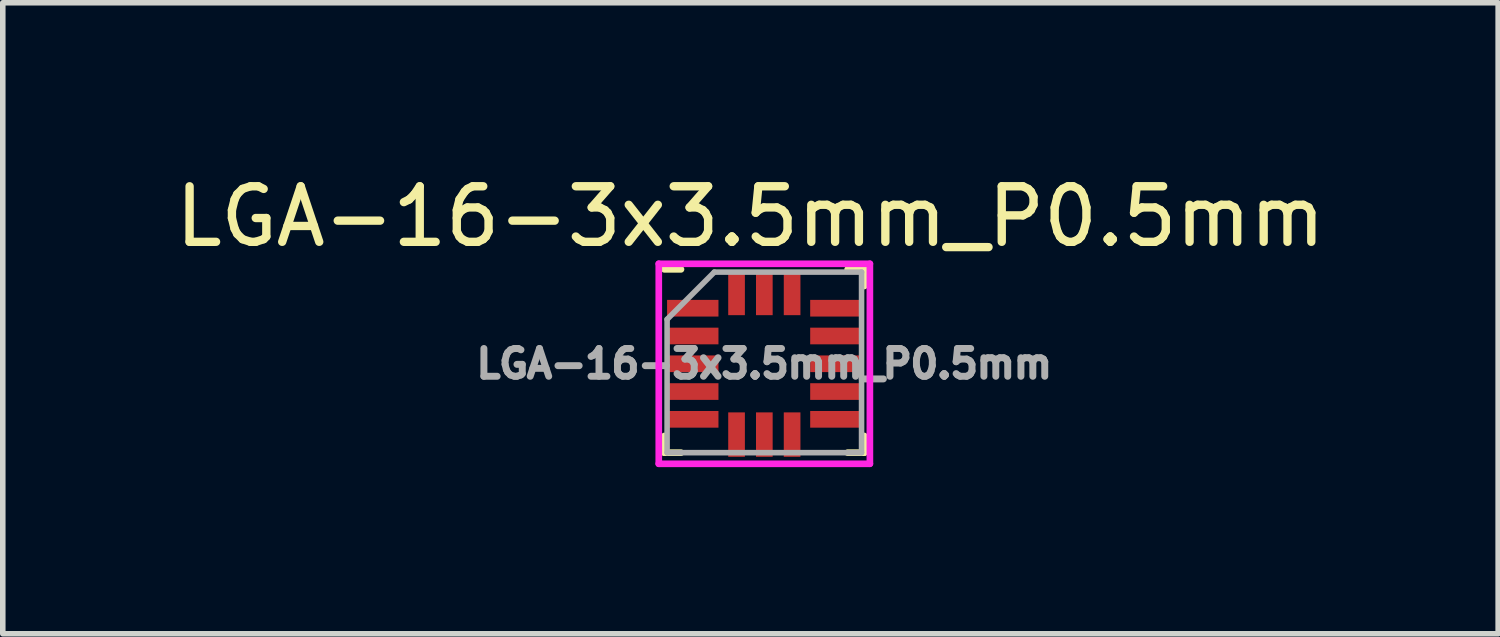
<source format=kicad_pcb>
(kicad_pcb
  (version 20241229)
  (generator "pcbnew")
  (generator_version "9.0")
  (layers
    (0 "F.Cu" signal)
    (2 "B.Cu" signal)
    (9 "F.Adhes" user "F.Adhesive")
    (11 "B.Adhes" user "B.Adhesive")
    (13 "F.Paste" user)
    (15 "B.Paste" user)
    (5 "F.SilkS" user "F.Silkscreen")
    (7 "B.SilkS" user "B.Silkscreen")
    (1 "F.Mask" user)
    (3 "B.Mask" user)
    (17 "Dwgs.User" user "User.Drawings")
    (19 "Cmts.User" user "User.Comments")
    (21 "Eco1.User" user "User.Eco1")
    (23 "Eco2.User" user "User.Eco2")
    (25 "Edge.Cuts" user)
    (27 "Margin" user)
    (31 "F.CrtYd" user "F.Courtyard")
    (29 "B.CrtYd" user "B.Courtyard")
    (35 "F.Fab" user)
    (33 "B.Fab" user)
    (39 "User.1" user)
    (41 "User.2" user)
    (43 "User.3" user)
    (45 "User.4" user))
  (footprint "LGA-16-3x3.5mm_P0.5mm"
    (layer "F.Cu")
    (at 10.708 3.498)
    (property "Reference" "LGA-16-3x3.5mm_P0.5mm" (at -0.25 -2.65 0) (layer "F.SilkS") (effects (font (size 1 1) (thickness 0.15))))
    (attr through_hole)
    (fp_line (start -1.8 -1.7) (end -1.5 -1.7) (stroke (width 0.12) (type solid)) (layer "F.SilkS"))
    (fp_line (start -1.8 1.3) (end -1.8 1.6) (stroke (width 0.12) (type solid)) (layer "F.SilkS"))
    (fp_line (start -1.8 1.6) (end -1.5 1.6) (stroke (width 0.12) (type solid)) (layer "F.SilkS"))
    (fp_line (start 1.5 1.6) (end 1.8 1.6) (stroke (width 0.12) (type solid)) (layer "F.SilkS"))
    (fp_line (start 1.8 -1.7) (end 1.5 -1.7) (stroke (width 0.12) (type solid)) (layer "F.SilkS"))
    (fp_line (start 1.8 -1.4) (end 1.8 -1.7) (stroke (width 0.12) (type solid)) (layer "F.SilkS"))
    (fp_line (start 1.8 1.6) (end 1.8 1.3) (stroke (width 0.12) (type solid)) (layer "F.SilkS"))
    (fp_line (start -1.9 -1.8) (end -1.9 1.8) (stroke (width 0.12) (type solid)) (layer "F.CrtYd"))
    (fp_line (start -1.9 1.8) (end 1.9 1.8) (stroke (width 0.12) (type solid)) (layer "F.CrtYd"))
    (fp_line (start 1.9 -1.8) (end -1.9 -1.8) (stroke (width 0.12) (type solid)) (layer "F.CrtYd"))
    (fp_line (start 1.9 1.8) (end 1.9 -1.8) (stroke (width 0.12) (type solid)) (layer "F.CrtYd"))
    (fp_line (start -1.75 1.6) (end -1.75 -0.8) (stroke (width 0.1) (type solid)) (layer "F.Fab"))
    (fp_line (start -0.9 -1.65) (end -1.75 -0.8) (stroke (width 0.1) (type solid)) (layer "F.Fab"))
    (fp_line (start -0.9 -1.65) (end 1.75 -1.65) (stroke (width 0.1) (type solid)) (layer "F.Fab"))
    (fp_line (start 1.75 -1.65) (end 1.75 1.6) (stroke (width 0.1) (type solid)) (layer "F.Fab"))
    (fp_line (start 1.75 1.6) (end -1.75 1.6) (stroke (width 0.1) (type solid)) (layer "F.Fab"))
    (fp_text user "${REFERENCE}" (at 0 0 0) (layer "F.Fab") (effects (font (size 0.5 0.5) (thickness 0.125))))
    (pad "1" smd rect (at -1.288 -1) (size 0.925 0.3) (layers "F.Cu" "F.Mask" "F.Paste"))
    (pad "2" smd rect (at -1.288 -0.5) (size 0.925 0.3) (layers "F.Cu" "F.Mask" "F.Paste"))
    (pad "3" smd rect (at -1.288 0) (size 0.925 0.3) (layers "F.Cu" "F.Mask" "F.Paste"))
    (pad "4" smd rect (at -1.288 0.5) (size 0.925 0.3) (layers "F.Cu" "F.Mask" "F.Paste"))
    (pad "5" smd rect (at -1.288 1) (size 0.925 0.3) (layers "F.Cu" "F.Mask" "F.Paste"))
    (pad "6" smd rect (at -0.5 1.275) (size 0.3 0.8) (layers "F.Cu" "F.Mask" "F.Paste"))
    (pad "7" smd rect (at 0 1.275) (size 0.3 0.8) (layers "F.Cu" "F.Mask" "F.Paste"))
    (pad "8" smd rect (at 0.5 1.275) (size 0.3 0.8) (layers "F.Cu" "F.Mask" "F.Paste"))
    (pad "9" smd rect (at 1.288 1) (size 0.925 0.3) (layers "F.Cu" "F.Mask" "F.Paste"))
    (pad "10" smd rect (at 1.288 0.5) (size 0.925 0.3) (layers "F.Cu" "F.Mask" "F.Paste"))
    (pad "11" smd rect (at 1.288 0) (size 0.925 0.3) (layers "F.Cu" "F.Mask" "F.Paste"))
    (pad "12" smd rect (at 1.288 -0.5) (size 0.925 0.3) (layers "F.Cu" "F.Mask" "F.Paste"))
    (pad "13" smd rect (at 1.288 -1) (size 0.925 0.3) (layers "F.Cu" "F.Mask" "F.Paste"))
    (pad "14" smd rect (at 0.5 -1.275) (size 0.3 0.8) (layers "F.Cu" "F.Mask" "F.Paste"))
    (pad "15" smd rect (at 0 -1.275) (size 0.3 0.8) (layers "F.Cu" "F.Mask" "F.Paste"))
    (pad "16" smd rect (at -0.5 -1.275) (size 0.3 0.8) (layers "F.Cu" "F.Mask" "F.Paste")))
  (gr_rect
    (start -3 -3)
    (end 23.917 8.358)
    (stroke (width 0.1) (type default))
    (fill no)
    (layer "Edge.Cuts")))
</source>
